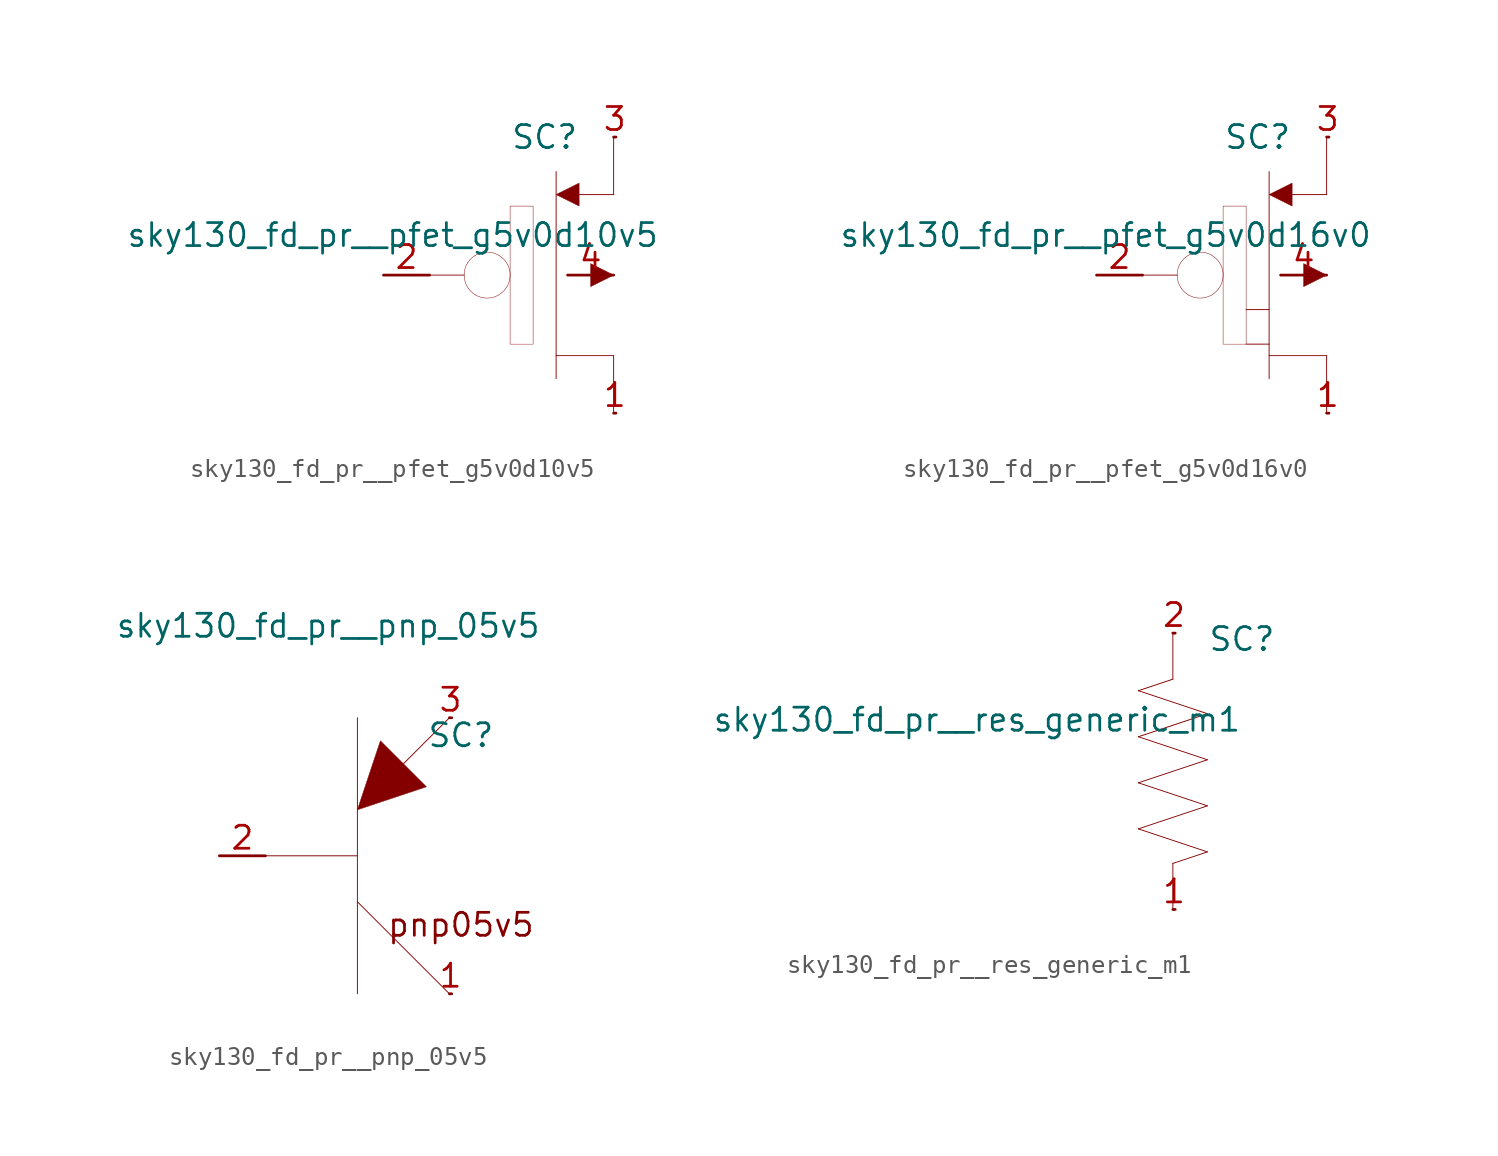
<source format=kicad_sym>
(kicad_symbol_lib
  (version 20211014)
  (generator kicad_symbol_editor)
  (symbol "sky130_fd_pr__pfet_g5v0d10v5"
    (pin_names hide)
    (property "Reference" "SC"
      (at 1.27 7.62 0)
      (effects (font (size 1.27 1.27))))
    (property "Value" "sky130_fd_pr__pfet_g5v0d10v5"
      (at 7.62 2.21 0)
      (effects (font (size 1.27 1.27)) (justify right)))
    (symbol "sky130_fd_pr__pfet_g5v0d10v5_0_0"
      (arc (start -3.175 0) (mid -3.0048 -0.635) (end -2.54 -1.0999) (stroke (width 0.0254) (type default) (color 0 0 0 0)) (fill (type none)))
      (arc (start -2.54 -1.0999) (mid -1.905 -1.27) (end -1.27 -1.0999) (stroke (width 0.0254) (type default) (color 0 0 0 0)) (fill (type none)))
      (arc (start -2.54 1.0999) (mid -3.0049 0.635) (end -3.175 0) (stroke (width 0.0254) (type default) (color 0 0 0 0)) (fill (type none)))
      (arc (start -1.27 -1.0999) (mid -0.8051 -0.635) (end -0.635 0) (stroke (width 0.0254) (type default) (color 0 0 0 0)) (fill (type none)))
      (arc (start -1.27 1.0999) (mid -1.905 1.27) (end -2.54 1.0999) (stroke (width 0.0254) (type default) (color 0 0 0 0)) (fill (type none)))
      (arc (start -0.635 0) (mid -0.8052 0.635) (end -1.27 1.0999) (stroke (width 0.0254) (type default) (color 0 0 0 0)) (fill (type none)))
      (polyline (pts (xy -5.08 0) (xy -3.175 0)) (stroke (width 0.051) (type default) (color 0 0 0 0)) (fill (type none)))
      (polyline (pts (xy 1.905 -4.445) (xy 5.08 -4.445)) (stroke (width 0.051) (type default) (color 0 0 0 0)) (fill (type none)))
      (polyline (pts (xy 1.905 5.715) (xy 1.905 -5.715)) (stroke (width 0.051) (type default) (color 0 0 0 0)) (fill (type none)))
      (polyline (pts (xy 3.175 4.445) (xy 5.08 4.445)) (stroke (width 0.051) (type default) (color 0 0 0 0)) (fill (type none)))
      (polyline (pts (xy 5.08 -4.445) (xy 5.08 -7.62)) (stroke (width 0.051) (type default) (color 0 0 0 0)) (fill (type none)))
      (polyline (pts (xy 5.08 7.62) (xy 5.08 4.445)) (stroke (width 0.051) (type default) (color 0 0 0 0)) (fill (type none)))
      (polyline (pts (xy 3.175 5.08) (xy 1.905 4.445) (xy 3.175 3.81) (xy 3.175 5.08)) (stroke (width 0.025) (type default) (color 0 0 0 0)) (fill (type outline)))
      (polyline (pts (xy 3.81 0.635) (xy 5.08 0) (xy 3.81 -0.635) (xy 3.81 0.635)) (stroke (width 0.025) (type default) (color 0 0 0 0)) (fill (type outline)))
      (polyline (pts (xy -0.635 -3.81) (xy -0.635 3.81) (xy 0.635 3.81) (xy 0.635 -3.81) (xy -0.635 -3.81)) (stroke (width 0.025) (type default) (color 0 0 0 0)) (fill (type none))))
    (symbol "sky130_fd_pr__pfet_g5v0d10v5_1_1"
      (pin bidirectional line (at 5.08 -7.62 0) (length 0.127) (name "D" (effects (font (size 1.092 1.092)))) (number "1" (effects (font (size 1.27 1.27)))))
      (pin input line (at -7.62 0 0) (length 2.54) (name "G" (effects (font (size 1.092 1.092)))) (number "2" (effects (font (size 1.27 1.27)))))
      (pin bidirectional line (at 5.08 7.62 0) (length 0.127) (name "S" (effects (font (size 1.092 1.092)))) (number "3" (effects (font (size 1.27 1.27)))))
      (pin input line (at 2.54 0 0) (length 2.54) (name "B" (effects (font (size 1.092 1.092)))) (number "4" (effects (font (size 1.27 1.27)))))))
  (symbol "sky130_fd_pr__pfet_g5v0d16v0"
    (pin_names hide)
    (property "Reference" "SC"
      (at 1.27 7.62 0)
      (effects (font (size 1.27 1.27))))
    (property "Value" "sky130_fd_pr__pfet_g5v0d16v0"
      (at 7.62 2.21 0)
      (effects (font (size 1.27 1.27)) (justify right)))
    (symbol "sky130_fd_pr__pfet_g5v0d16v0_0_0"
      (arc (start -3.175 0) (mid -3.0048 -0.635) (end -2.54 -1.0999) (stroke (width 0.0254) (type default) (color 0 0 0 0)) (fill (type none)))
      (arc (start -2.54 -1.0999) (mid -1.905 -1.27) (end -1.27 -1.0999) (stroke (width 0.0254) (type default) (color 0 0 0 0)) (fill (type none)))
      (arc (start -2.54 1.0999) (mid -3.0049 0.635) (end -3.175 0) (stroke (width 0.0254) (type default) (color 0 0 0 0)) (fill (type none)))
      (arc (start -1.27 -1.0999) (mid -0.8051 -0.635) (end -0.635 0) (stroke (width 0.0254) (type default) (color 0 0 0 0)) (fill (type none)))
      (arc (start -1.27 1.0999) (mid -1.905 1.27) (end -2.54 1.0999) (stroke (width 0.0254) (type default) (color 0 0 0 0)) (fill (type none)))
      (arc (start -0.635 0) (mid -0.8052 0.635) (end -1.27 1.0999) (stroke (width 0.0254) (type default) (color 0 0 0 0)) (fill (type none)))
      (polyline (pts (xy -5.08 0) (xy -3.175 0)) (stroke (width 0.051) (type default) (color 0 0 0 0)) (fill (type none)))
      (polyline (pts (xy 0.635 -3.81) (xy 1.905 -3.81)) (stroke (width 0.051) (type default) (color 0 0 0 0)) (fill (type none)))
      (polyline (pts (xy 0.635 -1.905) (xy 1.905 -1.905)) (stroke (width 0.051) (type default) (color 0 0 0 0)) (fill (type none)))
      (polyline (pts (xy 1.905 -4.445) (xy 5.08 -4.445)) (stroke (width 0.051) (type default) (color 0 0 0 0)) (fill (type none)))
      (polyline (pts (xy 1.905 5.715) (xy 1.905 -5.715)) (stroke (width 0.051) (type default) (color 0 0 0 0)) (fill (type none)))
      (polyline (pts (xy 3.175 4.445) (xy 5.08 4.445)) (stroke (width 0.051) (type default) (color 0 0 0 0)) (fill (type none)))
      (polyline (pts (xy 5.08 -4.445) (xy 5.08 -7.62)) (stroke (width 0.051) (type default) (color 0 0 0 0)) (fill (type none)))
      (polyline (pts (xy 5.08 7.62) (xy 5.08 4.445)) (stroke (width 0.051) (type default) (color 0 0 0 0)) (fill (type none)))
      (polyline (pts (xy 3.175 5.08) (xy 1.905 4.445) (xy 3.175 3.81) (xy 3.175 5.08)) (stroke (width 0.025) (type default) (color 0 0 0 0)) (fill (type outline)))
      (polyline (pts (xy 3.81 0.635) (xy 5.08 0) (xy 3.81 -0.635) (xy 3.81 0.635)) (stroke (width 0.025) (type default) (color 0 0 0 0)) (fill (type outline)))
      (polyline (pts (xy -0.635 -3.81) (xy -0.635 3.81) (xy 0.635 3.81) (xy 0.635 -3.81) (xy -0.635 -3.81)) (stroke (width 0.025) (type default) (color 0 0 0 0)) (fill (type none))))
    (symbol "sky130_fd_pr__pfet_g5v0d16v0_1_1"
      (pin bidirectional line (at 5.08 -7.62 0) (length 0.127) (name "D" (effects (font (size 1.092 1.092)))) (number "1" (effects (font (size 1.27 1.27)))))
      (pin input line (at -7.62 0 0) (length 2.54) (name "G" (effects (font (size 1.092 1.092)))) (number "2" (effects (font (size 1.27 1.27)))))
      (pin bidirectional line (at 5.08 7.62 0) (length 0.127) (name "S" (effects (font (size 1.092 1.092)))) (number "3" (effects (font (size 1.27 1.27)))))
      (pin input line (at 2.54 0 0) (length 2.54) (name "B" (effects (font (size 1.092 1.092)))) (number "4" (effects (font (size 1.27 1.27)))))))
  (symbol "sky130_fd_pr__pnp_05v5"
    (pin_names hide)
    (property "Reference" "SC"
      (at 5.715 6.655 0)
      (effects (font (size 1.27 1.27))))
    (property "Value" "sky130_fd_pr__pnp_05v5"
      (at 10.16 12.7 0)
      (effects (font (size 1.27 1.27)) (justify right)))
    (symbol "sky130_fd_pr__pnp_05v5_0_0"
      (polyline (pts (xy -5.08 0) (xy 0 0)) (stroke (width 0.051) (type default) (color 0 0 0 0)) (fill (type none)))
      (polyline (pts (xy 0 -2.54) (xy 5.08 -7.62)) (stroke (width 0.051) (type default) (color 0 0 0 0)) (fill (type none)))
      (polyline (pts (xy 0 7.62) (xy 0 -7.62)) (stroke (width 0.051) (type default) (color 0 0 0 0)) (fill (type none)))
      (polyline (pts (xy 2.54 5.08) (xy 5.08 7.62)) (stroke (width 0.051) (type default) (color 0 0 0 0)) (fill (type none)))
      (polyline (pts (xy 0 2.54) (xy 3.81 3.81) (xy 1.27 6.35) (xy 0 2.54)) (stroke (width 0.025) (type default) (color 0 0 0 0)) (fill (type outline)))
      (text "pnp05v5" (at 5.715 -3.81 0) (effects (font (size 1.27 1.27)))))
    (symbol "sky130_fd_pr__pnp_05v5_1_1"
      (pin bidirectional line (at 5.08 -7.62 0) (length 0.127) (name "collector" (effects (font (size 1.092 1.092)))) (number "1" (effects (font (size 1.27 1.27)))))
      (pin input line (at -7.62 0 0) (length 2.54) (name "base" (effects (font (size 1.092 1.092)))) (number "2" (effects (font (size 1.27 1.27)))))
      (pin bidirectional line (at 5.08 7.62 0) (length 0.127) (name "emitter" (effects (font (size 1.092 1.092)))) (number "3" (effects (font (size 1.27 1.27)))))))
  (symbol "sky130_fd_pr__res_generic_m1"
    (pin_names hide)
    (property "Reference" "SC"
      (at 3.81 7.29 0)
      (effects (font (size 1.27 1.27))))
    (property "Value" "sky130_fd_pr__res_generic_m1"
      (at 3.81 2.845 0)
      (effects (font (size 1.27 1.27)) (justify right)))
    (symbol "sky130_fd_pr__res_generic_m1_0_0"
      (polyline (pts (xy -1.905 -3.175) (xy 1.905 -4.445)) (stroke (width 0.051) (type default) (color 0 0 0 0)) (fill (type none)))
      (polyline (pts (xy -1.905 -3.175) (xy 1.905 -1.905)) (stroke (width 0.051) (type default) (color 0 0 0 0)) (fill (type none)))
      (polyline (pts (xy -1.905 -0.635) (xy 1.905 -1.905)) (stroke (width 0.051) (type default) (color 0 0 0 0)) (fill (type none)))
      (polyline (pts (xy -1.905 -0.635) (xy 1.905 0.635)) (stroke (width 0.051) (type default) (color 0 0 0 0)) (fill (type none)))
      (polyline (pts (xy -1.905 1.905) (xy 1.905 0.635)) (stroke (width 0.051) (type default) (color 0 0 0 0)) (fill (type none)))
      (polyline (pts (xy -1.905 1.905) (xy 1.905 3.175)) (stroke (width 0.051) (type default) (color 0 0 0 0)) (fill (type none)))
      (polyline (pts (xy -1.905 4.445) (xy 0 5.08)) (stroke (width 0.051) (type default) (color 0 0 0 0)) (fill (type none)))
      (polyline (pts (xy -1.905 4.445) (xy 1.905 3.175)) (stroke (width 0.051) (type default) (color 0 0 0 0)) (fill (type none)))
      (polyline (pts (xy 0 -5.08) (xy 0 -7.62)) (stroke (width 0.051) (type default) (color 0 0 0 0)) (fill (type none)))
      (polyline (pts (xy 0 -5.08) (xy 1.905 -4.445)) (stroke (width 0.051) (type default) (color 0 0 0 0)) (fill (type none)))
      (polyline (pts (xy 0 7.62) (xy 0 5.08)) (stroke (width 0.051) (type default) (color 0 0 0 0)) (fill (type none))))
    (symbol "sky130_fd_pr__res_generic_m1_1_1"
      (pin bidirectional line (at 0 -7.62 0) (length 0.127) (name "M" (effects (font (size 1.092 1.092)))) (number "1" (effects (font (size 1.27 1.27)))))
      (pin bidirectional line (at 0 7.62 0) (length 0.127) (name "P" (effects (font (size 1.092 1.092)))) (number "2" (effects (font (size 1.27 1.27))))))))
</source>
